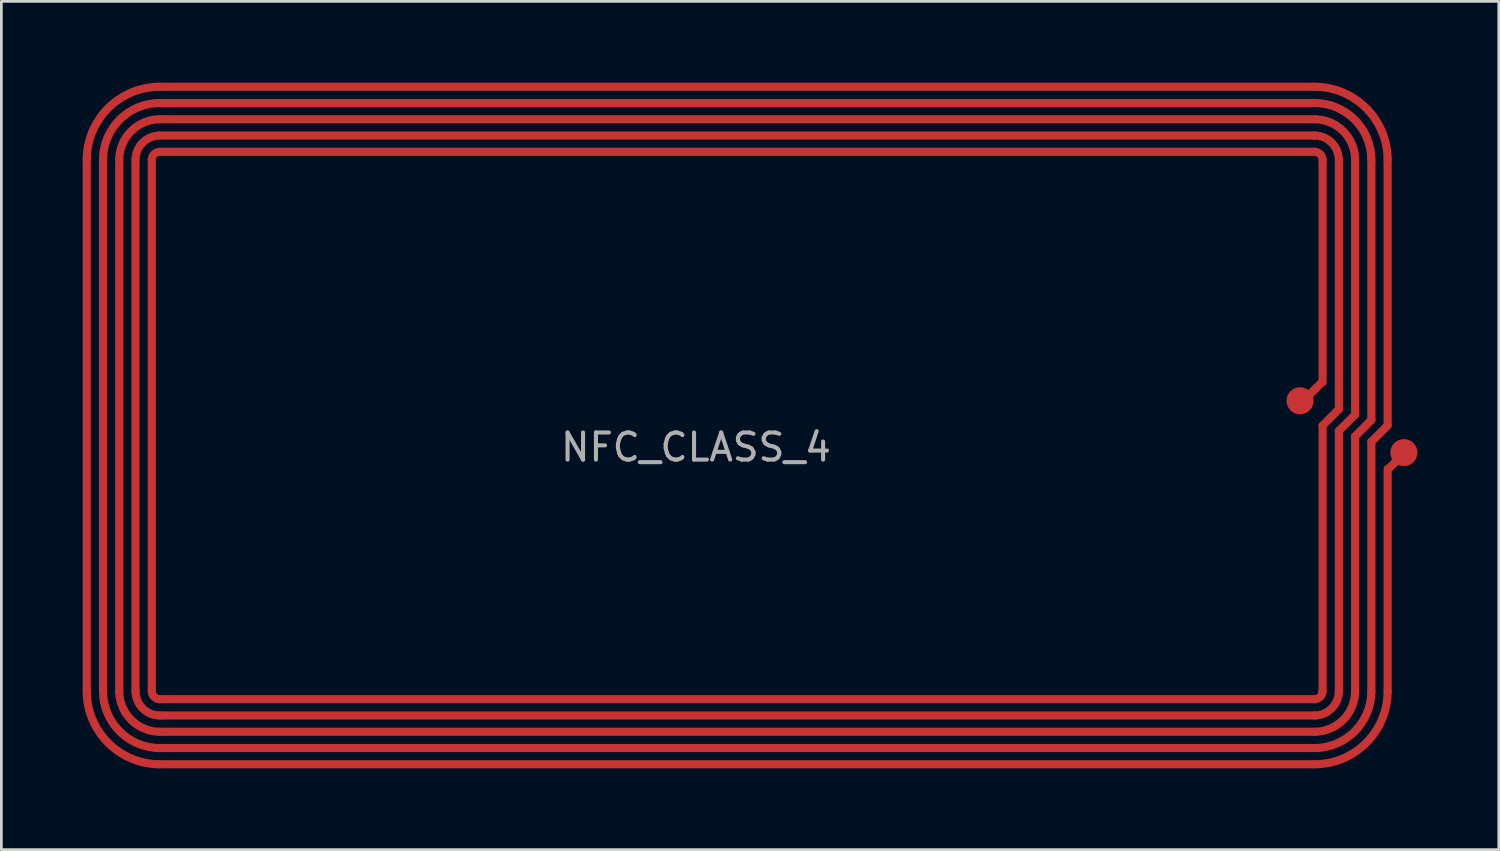
<source format=kicad_pcb>
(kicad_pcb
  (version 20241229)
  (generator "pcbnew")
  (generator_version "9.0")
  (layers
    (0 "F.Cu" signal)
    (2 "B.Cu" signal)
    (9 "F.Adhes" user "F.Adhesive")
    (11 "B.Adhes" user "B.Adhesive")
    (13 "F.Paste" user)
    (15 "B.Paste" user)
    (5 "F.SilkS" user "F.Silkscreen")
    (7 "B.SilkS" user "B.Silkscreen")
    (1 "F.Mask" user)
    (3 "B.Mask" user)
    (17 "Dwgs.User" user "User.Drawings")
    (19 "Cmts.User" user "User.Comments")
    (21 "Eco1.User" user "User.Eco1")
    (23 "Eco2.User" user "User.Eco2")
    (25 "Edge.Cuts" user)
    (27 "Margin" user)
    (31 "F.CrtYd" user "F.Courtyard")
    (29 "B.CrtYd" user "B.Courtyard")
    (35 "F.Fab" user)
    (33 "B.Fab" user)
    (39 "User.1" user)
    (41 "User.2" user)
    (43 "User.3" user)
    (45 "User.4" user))
  (footprint "NFC_CLASS_4"
    (layer "F.Cu")
    (at 24.154 12.627)
    (property "Reference" "NFC_CLASS_4" (at -1.524 0.826 0) (layer "F.Fab") (effects (font (size 1 1) (thickness 0.15))))
    (attr through_hole)
    (fp_line (start -24.004 -9.777) (end -24.004 9.823) (stroke (width 0.3) (type solid)) (layer "F.Cu"))
    (fp_line (start -23.404 -9.777) (end -23.404 9.823) (stroke (width 0.3) (type solid)) (layer "F.Cu"))
    (fp_line (start -22.804 -9.777) (end -22.804 9.823) (stroke (width 0.3) (type solid)) (layer "F.Cu"))
    (fp_line (start -22.204 -9.777) (end -22.204 9.823) (stroke (width 0.3) (type solid)) (layer "F.Cu"))
    (fp_line (start -21.604 -9.777) (end -21.604 9.823) (stroke (width 0.3) (type solid)) (layer "F.Cu"))
    (fp_line (start -21.304 -12.477) (end 21.296 -12.477) (stroke (width 0.3) (type solid)) (layer "F.Cu"))
    (fp_line (start -21.304 -11.877) (end 21.296 -11.877) (stroke (width 0.3) (type solid)) (layer "F.Cu"))
    (fp_line (start -21.304 -11.277) (end 21.296 -11.277) (stroke (width 0.3) (type solid)) (layer "F.Cu"))
    (fp_line (start -21.304 -10.677) (end 21.296 -10.677) (stroke (width 0.3) (type solid)) (layer "F.Cu"))
    (fp_line (start -21.304 -10.077) (end 21.296 -10.077) (stroke (width 0.3) (type solid)) (layer "F.Cu"))
    (fp_line (start -21.304 10.123) (end 21.296 10.123) (stroke (width 0.3) (type solid)) (layer "F.Cu"))
    (fp_line (start -21.304 10.723) (end 21.296 10.723) (stroke (width 0.3) (type solid)) (layer "F.Cu"))
    (fp_line (start -21.304 11.323) (end 21.296 11.323) (stroke (width 0.3) (type solid)) (layer "F.Cu"))
    (fp_line (start -21.304 11.923) (end 21.296 11.923) (stroke (width 0.3) (type solid)) (layer "F.Cu"))
    (fp_line (start -21.304 12.523) (end 21.296 12.523) (stroke (width 0.3) (type solid)) (layer "F.Cu"))
    (fp_line (start 21.596 -9.777) (end 21.596 -1.577) (stroke (width 0.3) (type solid)) (layer "F.Cu"))
    (fp_line (start 21.596 0.023) (end 21.596 9.823) (stroke (width 0.3) (type solid)) (layer "F.Cu"))
    (fp_line (start 22.196 -9.777) (end 22.196 -0.577) (stroke (width 0.3) (type solid)) (layer "F.Cu"))
    (fp_line (start 22.196 -0.577) (end 21.596 0.023) (stroke (width 0.3) (type solid)) (layer "F.Cu"))
    (fp_line (start 22.196 0.223) (end 22.196 9.823) (stroke (width 0.3) (type solid)) (layer "F.Cu"))
    (fp_line (start 22.796 -9.777) (end 22.796 -0.377) (stroke (width 0.3) (type solid)) (layer "F.Cu"))
    (fp_line (start 22.796 -0.377) (end 22.196 0.223) (stroke (width 0.3) (type solid)) (layer "F.Cu"))
    (fp_line (start 22.796 0.423) (end 22.796 9.823) (stroke (width 0.3) (type solid)) (layer "F.Cu"))
    (fp_line (start 23.396 -9.777) (end 23.396 -0.177) (stroke (width 0.3) (type solid)) (layer "F.Cu"))
    (fp_line (start 23.396 -0.177) (end 22.796 0.423) (stroke (width 0.3) (type solid)) (layer "F.Cu"))
    (fp_line (start 23.396 0.623) (end 23.396 9.823) (stroke (width 0.3) (type solid)) (layer "F.Cu"))
    (fp_line (start 23.996 -9.777) (end 23.996 0.023) (stroke (width 0.3) (type solid)) (layer "F.Cu"))
    (fp_line (start 23.996 0.023) (end 23.396 0.623) (stroke (width 0.3) (type solid)) (layer "F.Cu"))
    (fp_line (start 23.996 9.823) (end 23.996 1.623) (stroke (width 0.3) (type solid)) (layer "F.Cu"))
    (fp_arc (start -24.004 -9.776599) (mid -23.21317 -11.68577) (end -21.304 -12.4766) (stroke (width 0.3) (type solid)) (layer "F.Cu"))
    (fp_arc (start -23.404 -9.776599) (mid -22.78891 -11.26151) (end -21.304 -11.8766) (stroke (width 0.3) (type solid)) (layer "F.Cu"))
    (fp_arc (start -22.804 -9.776599) (mid -22.36465 -10.83725) (end -21.304 -11.2766) (stroke (width 0.3) (type solid)) (layer "F.Cu"))
    (fp_arc (start -22.204 -9.7766) (mid -21.94039 -10.41299) (end -21.304 -10.6766) (stroke (width 0.3) (type solid)) (layer "F.Cu"))
    (fp_arc (start -21.604 -9.7766) (mid -21.51613 -9.98873) (end -21.304 -10.0766) (stroke (width 0.3) (type solid)) (layer "F.Cu"))
    (fp_arc (start -21.304 10.1234) (mid -21.51613 10.03553) (end -21.604 9.8234) (stroke (width 0.3) (type solid)) (layer "F.Cu"))
    (fp_arc (start -21.304 10.7234) (mid -21.94039 10.45979) (end -22.204 9.8234) (stroke (width 0.3) (type solid)) (layer "F.Cu"))
    (fp_arc (start -21.303999 11.3234) (mid -22.36465 10.88405) (end -22.804 9.8234) (stroke (width 0.3) (type solid)) (layer "F.Cu"))
    (fp_arc (start -21.303999 11.9234) (mid -22.78891 11.30831) (end -23.404 9.8234) (stroke (width 0.3) (type solid)) (layer "F.Cu"))
    (fp_arc (start -21.303999 12.5234) (mid -23.21317 11.73257) (end -24.004 9.8234) (stroke (width 0.3) (type solid)) (layer "F.Cu"))
    (fp_arc (start 21.295999 -12.4766) (mid 23.20517 -11.68577) (end 23.996 -9.7766) (stroke (width 0.3) (type solid)) (layer "F.Cu"))
    (fp_arc (start 21.295999 -11.8766) (mid 22.78091 -11.26151) (end 23.396 -9.7766) (stroke (width 0.3) (type solid)) (layer "F.Cu"))
    (fp_arc (start 21.295999 -11.2766) (mid 22.35665 -10.83725) (end 22.796 -9.7766) (stroke (width 0.3) (type solid)) (layer "F.Cu"))
    (fp_arc (start 21.296 -10.6766) (mid 21.93239 -10.41299) (end 22.196 -9.7766) (stroke (width 0.3) (type solid)) (layer "F.Cu"))
    (fp_arc (start 21.296 -10.0766) (mid 21.50813 -9.98873) (end 21.596 -9.7766) (stroke (width 0.3) (type solid)) (layer "F.Cu"))
    (fp_arc (start 21.596 9.8234) (mid 21.50813 10.03553) (end 21.296 10.1234) (stroke (width 0.3) (type solid)) (layer "F.Cu"))
    (fp_arc (start 22.196 9.8234) (mid 21.93239 10.45979) (end 21.296 10.7234) (stroke (width 0.3) (type solid)) (layer "F.Cu"))
    (fp_arc (start 22.796 9.823399) (mid 22.35665 10.88405) (end 21.296 11.3234) (stroke (width 0.3) (type solid)) (layer "F.Cu"))
    (fp_arc (start 23.396 9.823399) (mid 22.78091 11.30831) (end 21.296 11.9234) (stroke (width 0.3) (type solid)) (layer "F.Cu"))
    (fp_arc (start 23.996 9.823399) (mid 23.20517 11.73257) (end 21.296 12.5234) (stroke (width 0.3) (type solid)) (layer "F.Cu"))
    (pad "1" smd circle (at 20.765 -0.889) (size 1 1) (layers "F.Cu" "F.Mask" "F.Paste"))
    (pad "1" smd rect (at 21.2 -1.2 135) (size 0.3 0.5) (layers "F.Cu" "F.Mask" "F.Paste"))
    (pad "1" smd rect (at 21.45 -1.45 135) (size 0.3 0.5) (layers "F.Cu" "F.Mask" "F.Paste"))
    (pad "1" smd rect (at 24.2 1.45 135) (size 0.3 0.5) (layers "F.Cu" "F.Mask" "F.Paste"))
    (pad "2" smd circle (at 24.596 1.023) (size 1 1) (layers "F.Cu" "F.Mask" "F.Paste")))
  (gr_rect
    (start -3 -3)
    (end 52.25 28.3)
    (stroke (width 0.1) (type default))
    (fill no)
    (layer "Edge.Cuts")))
</source>
